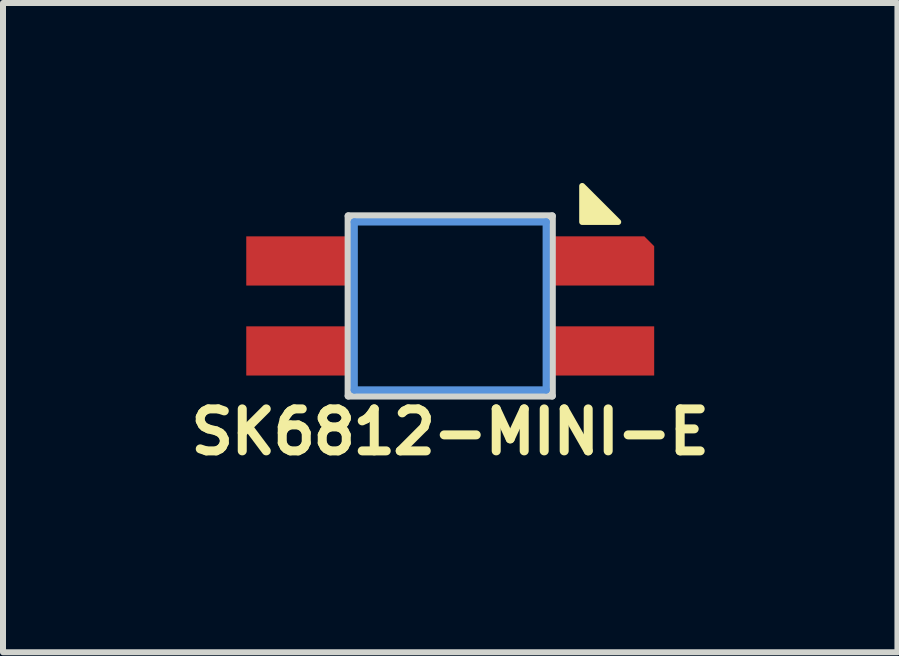
<source format=kicad_pcb>
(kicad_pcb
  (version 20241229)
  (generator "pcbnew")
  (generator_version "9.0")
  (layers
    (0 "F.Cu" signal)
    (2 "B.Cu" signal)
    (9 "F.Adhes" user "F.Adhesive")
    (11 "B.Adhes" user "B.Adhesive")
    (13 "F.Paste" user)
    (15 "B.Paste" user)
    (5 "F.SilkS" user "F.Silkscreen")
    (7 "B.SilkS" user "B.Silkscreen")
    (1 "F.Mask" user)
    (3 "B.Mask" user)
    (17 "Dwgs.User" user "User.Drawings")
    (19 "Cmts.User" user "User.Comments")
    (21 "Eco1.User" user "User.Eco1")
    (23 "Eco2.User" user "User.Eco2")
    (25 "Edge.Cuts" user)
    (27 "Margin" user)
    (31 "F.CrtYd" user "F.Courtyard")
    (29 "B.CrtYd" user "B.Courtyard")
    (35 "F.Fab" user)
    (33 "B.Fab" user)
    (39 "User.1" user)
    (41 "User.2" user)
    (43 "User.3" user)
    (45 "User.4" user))
  (footprint "SK6812-MINI-E"
    (layer "F.Cu")
    (at 4.455 2.05)
    (property "Reference" "SK6812-MINI-E" (at 0 2.1 0) (unlocked yes) (layer "F.SilkS") (effects (font (size 0.7 0.7) (thickness 0.15))))
    (attr through_hole)
    (fp_poly (pts (xy 2.8 -1.4) (xy 2.2 -1.4) (xy 2.2 -2)) (stroke (width 0.1) (type solid)) (fill yes) (layer "F.SilkS"))
    (fp_line (start -1.6 -1.4) (end 1.6 -1.4) (stroke (width 0.12) (type solid)) (layer "Cmts.User"))
    (fp_line (start -1.6 1.4) (end -1.6 -1.4) (stroke (width 0.12) (type solid)) (layer "Cmts.User"))
    (fp_line (start 1.6 -1.4) (end 1.6 1.4) (stroke (width 0.12) (type solid)) (layer "Cmts.User"))
    (fp_line (start 1.6 1.4) (end -1.6 1.4) (stroke (width 0.12) (type solid)) (layer "Cmts.User"))
    (fp_line (start -1.7 -1.5) (end 1.7 -1.5) (stroke (width 0.12) (type solid)) (layer "Edge.Cuts"))
    (fp_line (start -1.7 1.5) (end -1.7 -1.5) (stroke (width 0.12) (type solid)) (layer "Edge.Cuts"))
    (fp_line (start 1.7 -1.5) (end 1.7 1.5) (stroke (width 0.12) (type solid)) (layer "Edge.Cuts"))
    (fp_line (start 1.7 1.5) (end -1.7 1.5) (stroke (width 0.12) (type solid)) (layer "Edge.Cuts"))
    (pad "1" smd rect (at -2.55 -0.75) (size 1.7 0.82) (layers "F.Cu" "F.Mask" "F.Paste"))
    (pad "2" smd roundrect (at 2.55 -0.75) (size 1.7 0.82) (layers "F.Cu" "F.Mask" "F.Paste") (roundrect_rratio 0) (chamfer_ratio 0.2) (chamfer top_right))
    (pad "3" smd rect (at 2.55 0.75) (size 1.7 0.82) (layers "F.Cu" "F.Mask" "F.Paste"))
    (pad "4" smd rect (at -2.55 0.75) (size 1.7 0.82) (layers "F.Cu" "F.Mask" "F.Paste")))
  (gr_rect
    (start -3 -3)
    (end 11.91 7.823)
    (stroke (width 0.1) (type default))
    (fill no)
    (layer "Edge.Cuts")))
</source>
